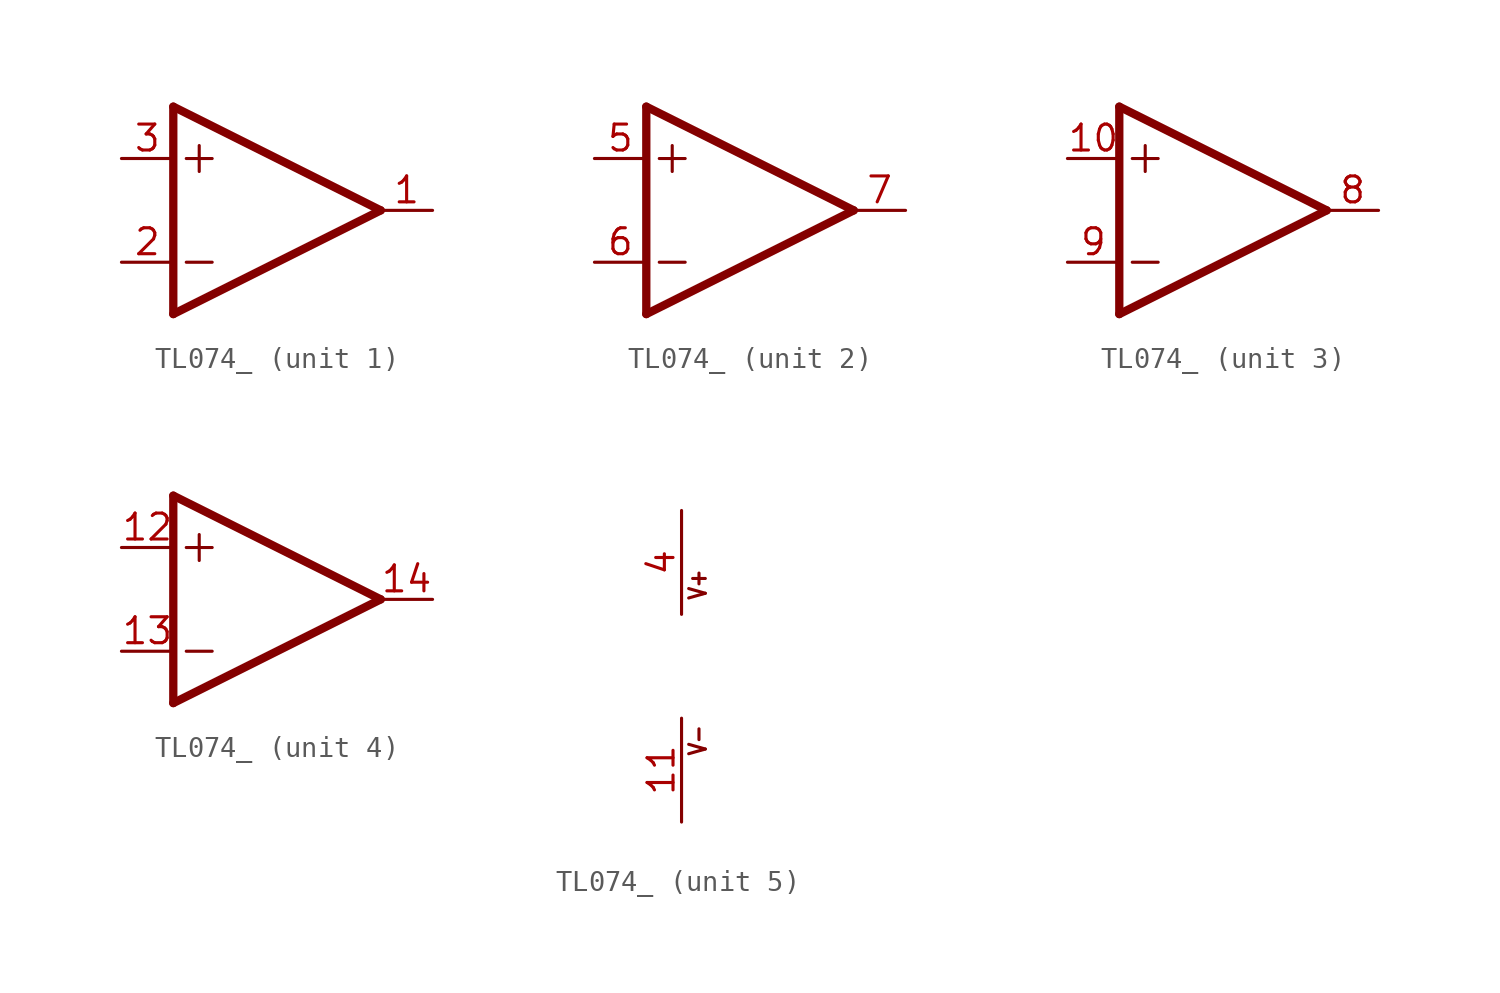
<source format=kicad_sym>
(kicad_symbol_lib
  (version 20211014)
  (generator kicad_symbol_editor)
  (symbol "TL074_"
    (property "Reference" "U"
      (at 2.54 3.175 0)
      (effects (font (size 1.778 1.511)) (justify left bottom) hide))
    (property "ki_locked" ""
      (at 0 0 0)
      (effects (font (size 1.27 1.27))))
    (symbol "TL074__1_0"
      (polyline (pts (xy -5.08 -5.08) (xy 5.08 0)) (stroke (width 0.406) (type default) (color 0 0 0 0)) (fill (type none)))
      (polyline (pts (xy -5.08 5.08) (xy -5.08 -5.08)) (stroke (width 0.406) (type default) (color 0 0 0 0)) (fill (type none)))
      (polyline (pts (xy -4.445 -2.54) (xy -3.175 -2.54)) (stroke (width 0.152) (type default) (color 0 0 0 0)) (fill (type none)))
      (polyline (pts (xy -4.445 2.54) (xy -3.175 2.54)) (stroke (width 0.152) (type default) (color 0 0 0 0)) (fill (type none)))
      (polyline (pts (xy -3.81 3.175) (xy -3.81 1.905)) (stroke (width 0.152) (type default) (color 0 0 0 0)) (fill (type none)))
      (polyline (pts (xy 5.08 0) (xy -5.08 5.08)) (stroke (width 0.406) (type default) (color 0 0 0 0)) (fill (type none)))
      (pin output line (at 7.62 0 180) (length 2.54) (name "OUT" (effects (font (size 0 0)))) (number "1" (effects (font (size 1.27 1.27)))))
      (pin input line (at -7.62 -2.54 0) (length 2.54) (name "-IN" (effects (font (size 0 0)))) (number "2" (effects (font (size 1.27 1.27)))))
      (pin input line (at -7.62 2.54 0) (length 2.54) (name "+IN" (effects (font (size 0 0)))) (number "3" (effects (font (size 1.27 1.27))))))
    (symbol "TL074__2_0"
      (polyline (pts (xy -5.08 -5.08) (xy 5.08 0)) (stroke (width 0.406) (type default) (color 0 0 0 0)) (fill (type none)))
      (polyline (pts (xy -5.08 5.08) (xy -5.08 -5.08)) (stroke (width 0.406) (type default) (color 0 0 0 0)) (fill (type none)))
      (polyline (pts (xy -4.445 -2.54) (xy -3.175 -2.54)) (stroke (width 0.152) (type default) (color 0 0 0 0)) (fill (type none)))
      (polyline (pts (xy -4.445 2.54) (xy -3.175 2.54)) (stroke (width 0.152) (type default) (color 0 0 0 0)) (fill (type none)))
      (polyline (pts (xy -3.81 3.175) (xy -3.81 1.905)) (stroke (width 0.152) (type default) (color 0 0 0 0)) (fill (type none)))
      (polyline (pts (xy 5.08 0) (xy -5.08 5.08)) (stroke (width 0.406) (type default) (color 0 0 0 0)) (fill (type none)))
      (pin input line (at -7.62 2.54 0) (length 2.54) (name "+IN" (effects (font (size 0 0)))) (number "5" (effects (font (size 1.27 1.27)))))
      (pin input line (at -7.62 -2.54 0) (length 2.54) (name "-IN" (effects (font (size 0 0)))) (number "6" (effects (font (size 1.27 1.27)))))
      (pin output line (at 7.62 0 180) (length 2.54) (name "OUT" (effects (font (size 0 0)))) (number "7" (effects (font (size 1.27 1.27))))))
    (symbol "TL074__3_0"
      (polyline (pts (xy -5.08 -5.08) (xy 5.08 0)) (stroke (width 0.406) (type default) (color 0 0 0 0)) (fill (type none)))
      (polyline (pts (xy -5.08 5.08) (xy -5.08 -5.08)) (stroke (width 0.406) (type default) (color 0 0 0 0)) (fill (type none)))
      (polyline (pts (xy -4.445 -2.54) (xy -3.175 -2.54)) (stroke (width 0.152) (type default) (color 0 0 0 0)) (fill (type none)))
      (polyline (pts (xy -4.445 2.54) (xy -3.175 2.54)) (stroke (width 0.152) (type default) (color 0 0 0 0)) (fill (type none)))
      (polyline (pts (xy -3.81 3.175) (xy -3.81 1.905)) (stroke (width 0.152) (type default) (color 0 0 0 0)) (fill (type none)))
      (polyline (pts (xy 5.08 0) (xy -5.08 5.08)) (stroke (width 0.406) (type default) (color 0 0 0 0)) (fill (type none)))
      (pin input line (at -7.62 2.54 0) (length 2.54) (name "+IN" (effects (font (size 0 0)))) (number "10" (effects (font (size 1.27 1.27)))))
      (pin output line (at 7.62 0 180) (length 2.54) (name "OUT" (effects (font (size 0 0)))) (number "8" (effects (font (size 1.27 1.27)))))
      (pin input line (at -7.62 -2.54 0) (length 2.54) (name "-IN" (effects (font (size 0 0)))) (number "9" (effects (font (size 1.27 1.27))))))
    (symbol "TL074__4_0"
      (polyline (pts (xy -5.08 -5.08) (xy 5.08 0)) (stroke (width 0.406) (type default) (color 0 0 0 0)) (fill (type none)))
      (polyline (pts (xy -5.08 5.08) (xy -5.08 -5.08)) (stroke (width 0.406) (type default) (color 0 0 0 0)) (fill (type none)))
      (polyline (pts (xy -4.445 -2.54) (xy -3.175 -2.54)) (stroke (width 0.152) (type default) (color 0 0 0 0)) (fill (type none)))
      (polyline (pts (xy -4.445 2.54) (xy -3.175 2.54)) (stroke (width 0.152) (type default) (color 0 0 0 0)) (fill (type none)))
      (polyline (pts (xy -3.81 3.175) (xy -3.81 1.905)) (stroke (width 0.152) (type default) (color 0 0 0 0)) (fill (type none)))
      (polyline (pts (xy 5.08 0) (xy -5.08 5.08)) (stroke (width 0.406) (type default) (color 0 0 0 0)) (fill (type none)))
      (pin input line (at -7.62 2.54 0) (length 2.54) (name "+IN" (effects (font (size 0 0)))) (number "12" (effects (font (size 1.27 1.27)))))
      (pin input line (at -7.62 -2.54 0) (length 2.54) (name "-IN" (effects (font (size 0 0)))) (number "13" (effects (font (size 1.27 1.27)))))
      (pin output line (at 7.62 0 180) (length 2.54) (name "OUT" (effects (font (size 0 0)))) (number "14" (effects (font (size 1.27 1.27))))))
    (symbol "TL074__5_0"
      (text "V+" (at 1.27 3.175 900) (effects (font (size 0.813 0.691)) (justify left bottom)))
      (text "V-" (at 1.27 -4.445 900) (effects (font (size 0.813 0.691)) (justify left bottom)))
      (pin power_in line (at 0 -7.62 90) (length 5.08) (name "V-" (effects (font (size 0 0)))) (number "11" (effects (font (size 1.27 1.27)))))
      (pin power_in line (at 0 7.62 270) (length 5.08) (name "V+" (effects (font (size 0 0)))) (number "4" (effects (font (size 1.27 1.27))))))))
</source>
